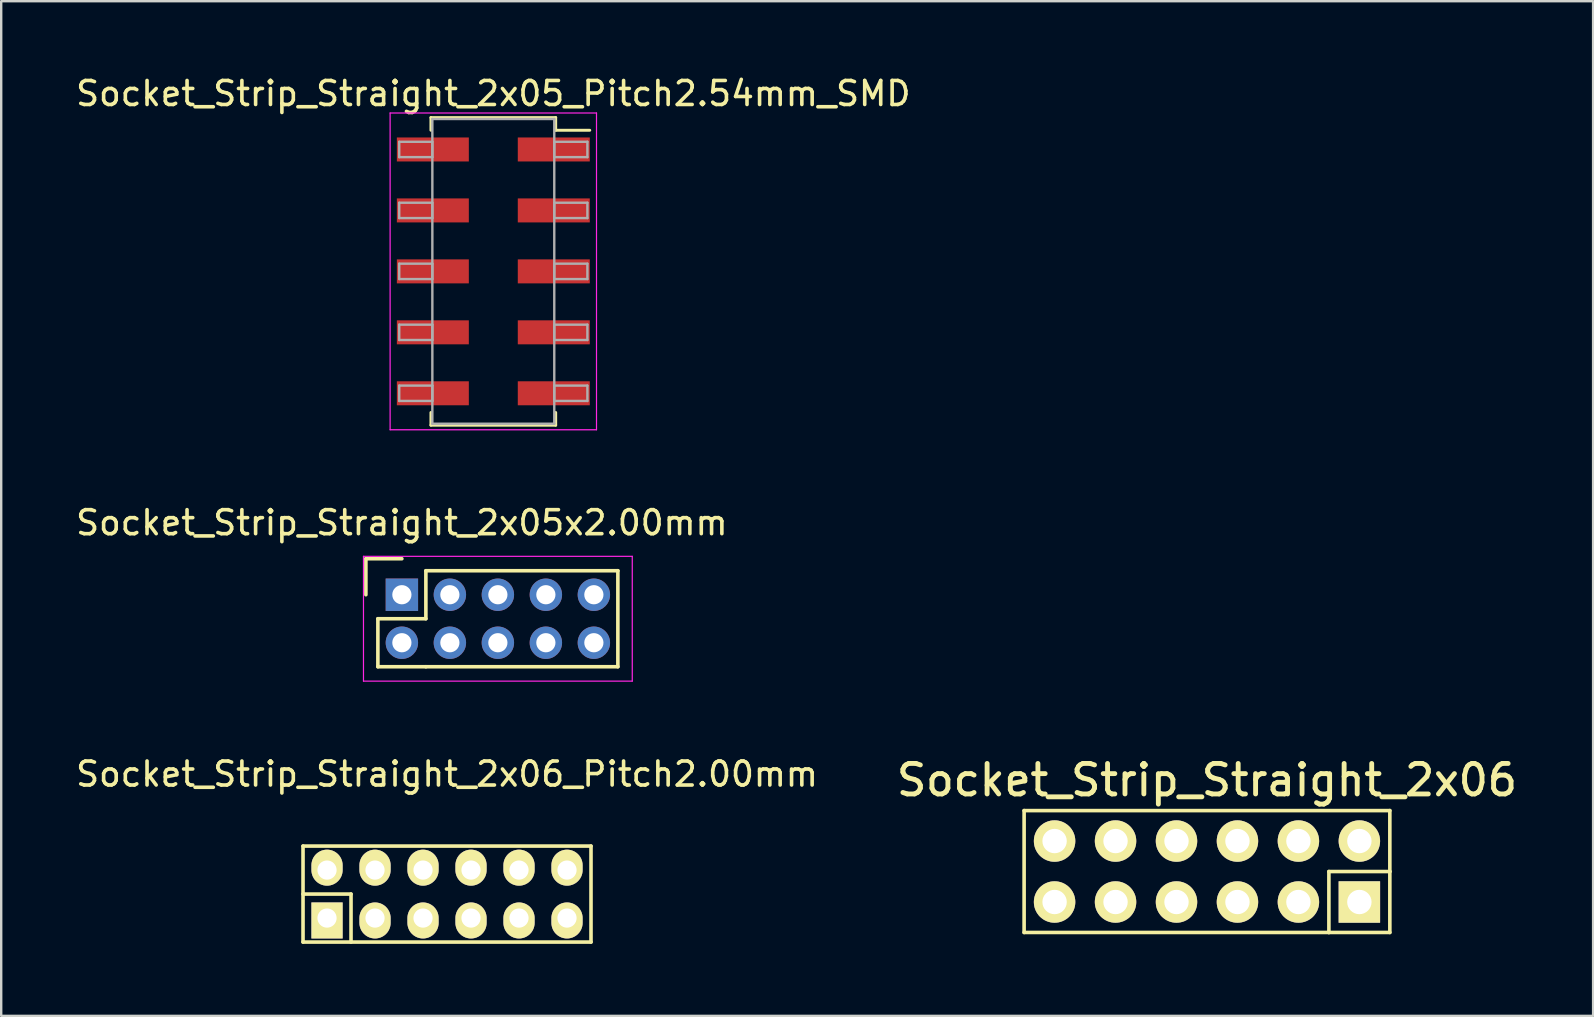
<source format=kicad_pcb>
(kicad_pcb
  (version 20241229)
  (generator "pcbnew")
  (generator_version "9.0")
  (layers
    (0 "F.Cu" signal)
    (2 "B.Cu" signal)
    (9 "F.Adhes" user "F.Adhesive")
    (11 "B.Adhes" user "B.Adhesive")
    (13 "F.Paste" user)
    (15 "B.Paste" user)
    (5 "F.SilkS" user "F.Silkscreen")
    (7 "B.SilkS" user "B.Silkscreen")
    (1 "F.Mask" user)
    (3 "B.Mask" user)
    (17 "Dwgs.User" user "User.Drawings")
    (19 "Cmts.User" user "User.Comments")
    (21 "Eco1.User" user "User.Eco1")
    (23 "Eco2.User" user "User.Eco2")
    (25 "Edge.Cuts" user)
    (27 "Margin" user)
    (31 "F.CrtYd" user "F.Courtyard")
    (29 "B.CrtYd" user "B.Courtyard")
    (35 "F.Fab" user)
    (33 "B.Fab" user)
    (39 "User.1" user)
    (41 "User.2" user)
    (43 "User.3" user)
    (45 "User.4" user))
  (footprint "Socket_Strip_Straight_2x06"
    (layer "F.Cu")
    (at 47.244 33.266)
    (property "Reference" "Socket_Strip_Straight_2x06" (at 0 -3.81 0) (layer "F.SilkS") (effects (font (size 1.27 1.27) (thickness 0.203))))
    (attr through_hole)
    (fp_line (start -7.62 -2.54) (end -7.62 2.54) (stroke (width 0.15) (type solid)) (layer "F.SilkS"))
    (fp_line (start -7.62 -2.54) (end 7.62 -2.54) (stroke (width 0.15) (type solid)) (layer "F.SilkS"))
    (fp_line (start 5.08 0) (end 5.08 2.54) (stroke (width 0.15) (type solid)) (layer "F.SilkS"))
    (fp_line (start 5.08 2.54) (end -7.62 2.54) (stroke (width 0.15) (type solid)) (layer "F.SilkS"))
    (fp_line (start 7.62 -2.54) (end 7.62 0) (stroke (width 0.15) (type solid)) (layer "F.SilkS"))
    (fp_line (start 7.62 0) (end 5.08 0) (stroke (width 0.15) (type solid)) (layer "F.SilkS"))
    (fp_line (start 7.62 2.54) (end 5.08 2.54) (stroke (width 0.15) (type solid)) (layer "F.SilkS"))
    (fp_line (start 7.62 2.54) (end 7.62 0) (stroke (width 0.15) (type solid)) (layer "F.SilkS"))
    (pad "1" thru_hole rect (at 6.35 1.27 180) (size 1.727 1.727) (drill 1.016) (layers "*.Cu" "*.Mask" "F.SilkS"))
    (pad "2" thru_hole oval (at 6.35 -1.27 180) (size 1.727 1.727) (drill 1.016) (layers "*.Cu" "*.Mask" "F.SilkS"))
    (pad "3" thru_hole oval (at 3.81 1.27 180) (size 1.727 1.727) (drill 1.016) (layers "*.Cu" "*.Mask" "F.SilkS"))
    (pad "4" thru_hole oval (at 3.81 -1.27 180) (size 1.727 1.727) (drill 1.016) (layers "*.Cu" "*.Mask" "F.SilkS"))
    (pad "5" thru_hole oval (at 1.27 1.27 180) (size 1.727 1.727) (drill 1.016) (layers "*.Cu" "*.Mask" "F.SilkS"))
    (pad "6" thru_hole oval (at 1.27 -1.27 180) (size 1.727 1.727) (drill 1.016) (layers "*.Cu" "*.Mask" "F.SilkS"))
    (pad "7" thru_hole oval (at -1.27 1.27 180) (size 1.727 1.727) (drill 1.016) (layers "*.Cu" "*.Mask" "F.SilkS"))
    (pad "8" thru_hole oval (at -1.27 -1.27 180) (size 1.727 1.727) (drill 1.016) (layers "*.Cu" "*.Mask" "F.SilkS"))
    (pad "9" thru_hole oval (at -3.81 1.27 180) (size 1.727 1.727) (drill 1.016) (layers "*.Cu" "*.Mask" "F.SilkS"))
    (pad "10" thru_hole oval (at -3.81 -1.27 180) (size 1.727 1.727) (drill 1.016) (layers "*.Cu" "*.Mask" "F.SilkS"))
    (pad "11" thru_hole oval (at -6.35 1.27 180) (size 1.727 1.727) (drill 1.016) (layers "*.Cu" "*.Mask" "F.SilkS"))
    (pad "12" thru_hole oval (at -6.35 -1.27 180) (size 1.727 1.727) (drill 1.016) (layers "*.Cu" "*.Mask" "F.SilkS")))
  (footprint "Socket_Strip_Straight_2x05x2.00mm"
    (layer "F.Cu")
    (at 13.696 21.732)
    (property "Reference" "Socket_Strip_Straight_2x05x2.00mm" (at 0 -3 0) (layer "F.SilkS") (effects (font (size 1 1) (thickness 0.15))))
    (attr through_hole)
    (fp_line (start -1.5 -1.5) (end -1.5 0) (stroke (width 0.15) (type solid)) (layer "F.SilkS"))
    (fp_line (start -1 1) (end -1 3) (stroke (width 0.15) (type solid)) (layer "F.SilkS"))
    (fp_line (start -1 3) (end 1 3) (stroke (width 0.15) (type solid)) (layer "F.SilkS"))
    (fp_line (start 0 -1.5) (end -1.5 -1.5) (stroke (width 0.15) (type solid)) (layer "F.SilkS"))
    (fp_line (start 1 -1) (end 1 1) (stroke (width 0.15) (type solid)) (layer "F.SilkS"))
    (fp_line (start 1 1) (end -1 1) (stroke (width 0.15) (type solid)) (layer "F.SilkS"))
    (fp_line (start 1 3) (end 9 3) (stroke (width 0.15) (type solid)) (layer "F.SilkS"))
    (fp_line (start 9 -1) (end 1 -1) (stroke (width 0.15) (type solid)) (layer "F.SilkS"))
    (fp_line (start 9 3) (end 9 -1) (stroke (width 0.15) (type solid)) (layer "F.SilkS"))
    (fp_line (start -1.6 -1.6) (end -1.6 3.6) (stroke (width 0.05) (type solid)) (layer "F.CrtYd"))
    (fp_line (start -1.6 3.6) (end 9.6 3.6) (stroke (width 0.05) (type solid)) (layer "F.CrtYd"))
    (fp_line (start 9.6 -1.6) (end -1.6 -1.6) (stroke (width 0.05) (type solid)) (layer "F.CrtYd"))
    (fp_line (start 9.6 3.6) (end 9.6 -1.6) (stroke (width 0.05) (type solid)) (layer "F.CrtYd"))
    (pad "1" thru_hole rect (at 0 0) (size 1.35 1.35) (drill 0.8) (layers "*.Cu" "*.Mask"))
    (pad "2" thru_hole circle (at 0 2) (size 1.35 1.35) (drill 0.8) (layers "*.Cu" "*.Mask"))
    (pad "3" thru_hole circle (at 2 0) (size 1.35 1.35) (drill 0.8) (layers "*.Cu" "*.Mask"))
    (pad "4" thru_hole circle (at 2 2) (size 1.35 1.35) (drill 0.8) (layers "*.Cu" "*.Mask"))
    (pad "5" thru_hole circle (at 4 0) (size 1.35 1.35) (drill 0.8) (layers "*.Cu" "*.Mask"))
    (pad "6" thru_hole circle (at 4 2) (size 1.35 1.35) (drill 0.8) (layers "*.Cu" "*.Mask"))
    (pad "7" thru_hole circle (at 6 0) (size 1.35 1.35) (drill 0.8) (layers "*.Cu" "*.Mask"))
    (pad "8" thru_hole circle (at 6 2) (size 1.35 1.35) (drill 0.8) (layers "*.Cu" "*.Mask"))
    (pad "9" thru_hole circle (at 8 0) (size 1.35 1.35) (drill 0.8) (layers "*.Cu" "*.Mask"))
    (pad "10" thru_hole circle (at 8 2) (size 1.35 1.35) (drill 0.8) (layers "*.Cu" "*.Mask")))
  (footprint "Socket_Strip_Straight_2x06_Pitch2.00mm"
    (layer "F.Cu")
    (at 15.577 34.205)
    (property "Reference" "Socket_Strip_Straight_2x06_Pitch2.00mm" (at 0 -5 0) (layer "F.SilkS") (effects (font (size 1 1) (thickness 0.15))))
    (attr through_hole)
    (fp_line (start -6 -2) (end 6 -2) (stroke (width 0.15) (type solid)) (layer "F.SilkS"))
    (fp_line (start -6 0) (end -4 0) (stroke (width 0.15) (type solid)) (layer "F.SilkS"))
    (fp_line (start -6 2) (end -6 -2) (stroke (width 0.15) (type solid)) (layer "F.SilkS"))
    (fp_line (start -4 0) (end -4 2) (stroke (width 0.15) (type solid)) (layer "F.SilkS"))
    (fp_line (start 6 -2) (end 6 2) (stroke (width 0.15) (type solid)) (layer "F.SilkS"))
    (fp_line (start 6 2) (end -6 2) (stroke (width 0.15) (type solid)) (layer "F.SilkS"))
    (pad "1" thru_hole rect (at -5 1) (size 1.3 1.5) (drill 0.8 (offset 0 0.1)) (layers "*.Cu" "*.Mask" "F.SilkS"))
    (pad "2" thru_hole oval (at -5 -1) (size 1.3 1.5) (drill 0.8 (offset 0 -0.1)) (layers "*.Cu" "*.Mask" "F.SilkS"))
    (pad "3" thru_hole oval (at -3 1) (size 1.3 1.5) (drill 0.8 (offset 0 0.1)) (layers "*.Cu" "*.Mask" "F.SilkS"))
    (pad "4" thru_hole oval (at -3 -1) (size 1.3 1.5) (drill 0.8 (offset 0 -0.1)) (layers "*.Cu" "*.Mask" "F.SilkS"))
    (pad "5" thru_hole oval (at -1 1) (size 1.3 1.5) (drill 0.8 (offset 0 0.1)) (layers "*.Cu" "*.Mask" "F.SilkS"))
    (pad "6" thru_hole oval (at -1 -1) (size 1.3 1.5) (drill 0.8 (offset 0 -0.1)) (layers "*.Cu" "*.Mask" "F.SilkS"))
    (pad "7" thru_hole oval (at 1 1) (size 1.3 1.5) (drill 0.8 (offset 0 0.1)) (layers "*.Cu" "*.Mask" "F.SilkS"))
    (pad "8" thru_hole oval (at 1 -1) (size 1.3 1.5) (drill 0.8 (offset 0 -0.1)) (layers "*.Cu" "*.Mask" "F.SilkS"))
    (pad "9" thru_hole oval (at 3 1) (size 1.3 1.5) (drill 0.8 (offset 0 0.1)) (layers "*.Cu" "*.Mask" "F.SilkS"))
    (pad "10" thru_hole oval (at 3 -1) (size 1.3 1.5) (drill 0.8 (offset 0 -0.1)) (layers "*.Cu" "*.Mask" "F.SilkS"))
    (pad "11" thru_hole oval (at 5 1) (size 1.3 1.5) (drill 0.8 (offset 0 0.1)) (layers "*.Cu" "*.Mask" "F.SilkS"))
    (pad "12" thru_hole oval (at 5 -1) (size 1.3 1.5) (drill 0.8 (offset 0 -0.1)) (layers "*.Cu" "*.Mask" "F.SilkS")))
  (footprint "Socket_Strip_Straight_2x05_Pitch2.54mm_SMD"
    (layer "F.Cu")
    (at 17.506 8.258)
    (property "Reference" "Socket_Strip_Straight_2x05_Pitch2.54mm_SMD" (at 0 -7.41 0) (layer "F.SilkS") (effects (font (size 1 1) (thickness 0.15))))
    (attr smd)
    (fp_line (start -2.6 -6.41) (end 2.6 -6.41) (stroke (width 0.12) (type solid)) (layer "F.SilkS"))
    (fp_line (start -2.6 -5.88) (end -2.6 -6.41) (stroke (width 0.12) (type solid)) (layer "F.SilkS"))
    (fp_line (start -2.6 5.88) (end -2.6 6.41) (stroke (width 0.12) (type solid)) (layer "F.SilkS"))
    (fp_line (start -2.6 6.41) (end 2.6 6.41) (stroke (width 0.12) (type solid)) (layer "F.SilkS"))
    (fp_line (start 2.6 -6.41) (end 2.6 -5.88) (stroke (width 0.12) (type solid)) (layer "F.SilkS"))
    (fp_line (start 2.6 6.41) (end 2.6 5.88) (stroke (width 0.12) (type solid)) (layer "F.SilkS"))
    (fp_line (start 4.02 -5.88) (end 2.6 -5.88) (stroke (width 0.12) (type solid)) (layer "F.SilkS"))
    (fp_line (start -4.3 -6.6) (end -4.3 6.6) (stroke (width 0.05) (type solid)) (layer "F.CrtYd"))
    (fp_line (start -4.3 6.6) (end 4.3 6.6) (stroke (width 0.05) (type solid)) (layer "F.CrtYd"))
    (fp_line (start 4.3 -6.6) (end -4.3 -6.6) (stroke (width 0.05) (type solid)) (layer "F.CrtYd"))
    (fp_line (start 4.3 6.6) (end 4.3 -6.6) (stroke (width 0.05) (type solid)) (layer "F.CrtYd"))
    (fp_line (start -3.92 -5.4) (end -2.54 -5.4) (stroke (width 0.1) (type solid)) (layer "F.Fab"))
    (fp_line (start -3.92 -4.76) (end -3.92 -5.4) (stroke (width 0.1) (type solid)) (layer "F.Fab"))
    (fp_line (start -3.92 -2.86) (end -2.54 -2.86) (stroke (width 0.1) (type solid)) (layer "F.Fab"))
    (fp_line (start -3.92 -2.22) (end -3.92 -2.86) (stroke (width 0.1) (type solid)) (layer "F.Fab"))
    (fp_line (start -3.92 -0.32) (end -2.54 -0.32) (stroke (width 0.1) (type solid)) (layer "F.Fab"))
    (fp_line (start -3.92 0.32) (end -3.92 -0.32) (stroke (width 0.1) (type solid)) (layer "F.Fab"))
    (fp_line (start -3.92 2.22) (end -2.54 2.22) (stroke (width 0.1) (type solid)) (layer "F.Fab"))
    (fp_line (start -3.92 2.86) (end -3.92 2.22) (stroke (width 0.1) (type solid)) (layer "F.Fab"))
    (fp_line (start -3.92 4.76) (end -2.54 4.76) (stroke (width 0.1) (type solid)) (layer "F.Fab"))
    (fp_line (start -3.92 5.4) (end -3.92 4.76) (stroke (width 0.1) (type solid)) (layer "F.Fab"))
    (fp_line (start -2.54 -6.35) (end -2.54 6.35) (stroke (width 0.1) (type solid)) (layer "F.Fab"))
    (fp_line (start -2.54 -5.4) (end -2.54 -4.76) (stroke (width 0.1) (type solid)) (layer "F.Fab"))
    (fp_line (start -2.54 -4.76) (end -3.92 -4.76) (stroke (width 0.1) (type solid)) (layer "F.Fab"))
    (fp_line (start -2.54 -2.86) (end -2.54 -2.22) (stroke (width 0.1) (type solid)) (layer "F.Fab"))
    (fp_line (start -2.54 -2.22) (end -3.92 -2.22) (stroke (width 0.1) (type solid)) (layer "F.Fab"))
    (fp_line (start -2.54 -0.32) (end -2.54 0.32) (stroke (width 0.1) (type solid)) (layer "F.Fab"))
    (fp_line (start -2.54 0.32) (end -3.92 0.32) (stroke (width 0.1) (type solid)) (layer "F.Fab"))
    (fp_line (start -2.54 2.22) (end -2.54 2.86) (stroke (width 0.1) (type solid)) (layer "F.Fab"))
    (fp_line (start -2.54 2.86) (end -3.92 2.86) (stroke (width 0.1) (type solid)) (layer "F.Fab"))
    (fp_line (start -2.54 4.76) (end -2.54 5.4) (stroke (width 0.1) (type solid)) (layer "F.Fab"))
    (fp_line (start -2.54 5.4) (end -3.92 5.4) (stroke (width 0.1) (type solid)) (layer "F.Fab"))
    (fp_line (start -2.54 6.35) (end 2.54 6.35) (stroke (width 0.1) (type solid)) (layer "F.Fab"))
    (fp_line (start 2.54 -6.35) (end -2.54 -6.35) (stroke (width 0.1) (type solid)) (layer "F.Fab"))
    (fp_line (start 2.54 -5.4) (end 2.54 -4.76) (stroke (width 0.1) (type solid)) (layer "F.Fab"))
    (fp_line (start 2.54 -4.76) (end 3.92 -4.76) (stroke (width 0.1) (type solid)) (layer "F.Fab"))
    (fp_line (start 2.54 -2.86) (end 2.54 -2.22) (stroke (width 0.1) (type solid)) (layer "F.Fab"))
    (fp_line (start 2.54 -2.22) (end 3.92 -2.22) (stroke (width 0.1) (type solid)) (layer "F.Fab"))
    (fp_line (start 2.54 -0.32) (end 2.54 0.32) (stroke (width 0.1) (type solid)) (layer "F.Fab"))
    (fp_line (start 2.54 0.32) (end 3.92 0.32) (stroke (width 0.1) (type solid)) (layer "F.Fab"))
    (fp_line (start 2.54 2.22) (end 2.54 2.86) (stroke (width 0.1) (type solid)) (layer "F.Fab"))
    (fp_line (start 2.54 2.86) (end 3.92 2.86) (stroke (width 0.1) (type solid)) (layer "F.Fab"))
    (fp_line (start 2.54 4.76) (end 2.54 5.4) (stroke (width 0.1) (type solid)) (layer "F.Fab"))
    (fp_line (start 2.54 5.4) (end 3.92 5.4) (stroke (width 0.1) (type solid)) (layer "F.Fab"))
    (fp_line (start 2.54 6.35) (end 2.54 -6.35) (stroke (width 0.1) (type solid)) (layer "F.Fab"))
    (fp_line (start 3.92 -5.4) (end 2.54 -5.4) (stroke (width 0.1) (type solid)) (layer "F.Fab"))
    (fp_line (start 3.92 -4.76) (end 3.92 -5.4) (stroke (width 0.1) (type solid)) (layer "F.Fab"))
    (fp_line (start 3.92 -2.86) (end 2.54 -2.86) (stroke (width 0.1) (type solid)) (layer "F.Fab"))
    (fp_line (start 3.92 -2.22) (end 3.92 -2.86) (stroke (width 0.1) (type solid)) (layer "F.Fab"))
    (fp_line (start 3.92 -0.32) (end 2.54 -0.32) (stroke (width 0.1) (type solid)) (layer "F.Fab"))
    (fp_line (start 3.92 0.32) (end 3.92 -0.32) (stroke (width 0.1) (type solid)) (layer "F.Fab"))
    (fp_line (start 3.92 2.22) (end 2.54 2.22) (stroke (width 0.1) (type solid)) (layer "F.Fab"))
    (fp_line (start 3.92 2.86) (end 3.92 2.22) (stroke (width 0.1) (type solid)) (layer "F.Fab"))
    (fp_line (start 3.92 4.76) (end 2.54 4.76) (stroke (width 0.1) (type solid)) (layer "F.Fab"))
    (fp_line (start 3.92 5.4) (end 3.92 4.76) (stroke (width 0.1) (type solid)) (layer "F.Fab"))
    (pad "1" smd rect (at 2.52 -5.08) (size 3 1) (layers "F.Cu" "F.Mask"))
    (pad "2" smd rect (at -2.52 -5.08) (size 3 1) (layers "F.Cu" "F.Mask"))
    (pad "3" smd rect (at 2.52 -2.54) (size 3 1) (layers "F.Cu" "F.Mask"))
    (pad "4" smd rect (at -2.52 -2.54) (size 3 1) (layers "F.Cu" "F.Mask"))
    (pad "5" smd rect (at 2.52 0) (size 3 1) (layers "F.Cu" "F.Mask"))
    (pad "6" smd rect (at -2.52 0) (size 3 1) (layers "F.Cu" "F.Mask"))
    (pad "7" smd rect (at 2.52 2.54) (size 3 1) (layers "F.Cu" "F.Mask"))
    (pad "8" smd rect (at -2.52 2.54) (size 3 1) (layers "F.Cu" "F.Mask"))
    (pad "9" smd rect (at 2.52 5.08) (size 3 1) (layers "F.Cu" "F.Mask"))
    (pad "10" smd rect (at -2.52 5.08) (size 3 1) (layers "F.Cu" "F.Mask")))
  (gr_rect
    (start -3 -3)
    (end 63.334 39.28)
    (stroke (width 0.1) (type default))
    (fill no)
    (layer "Edge.Cuts")))
</source>
